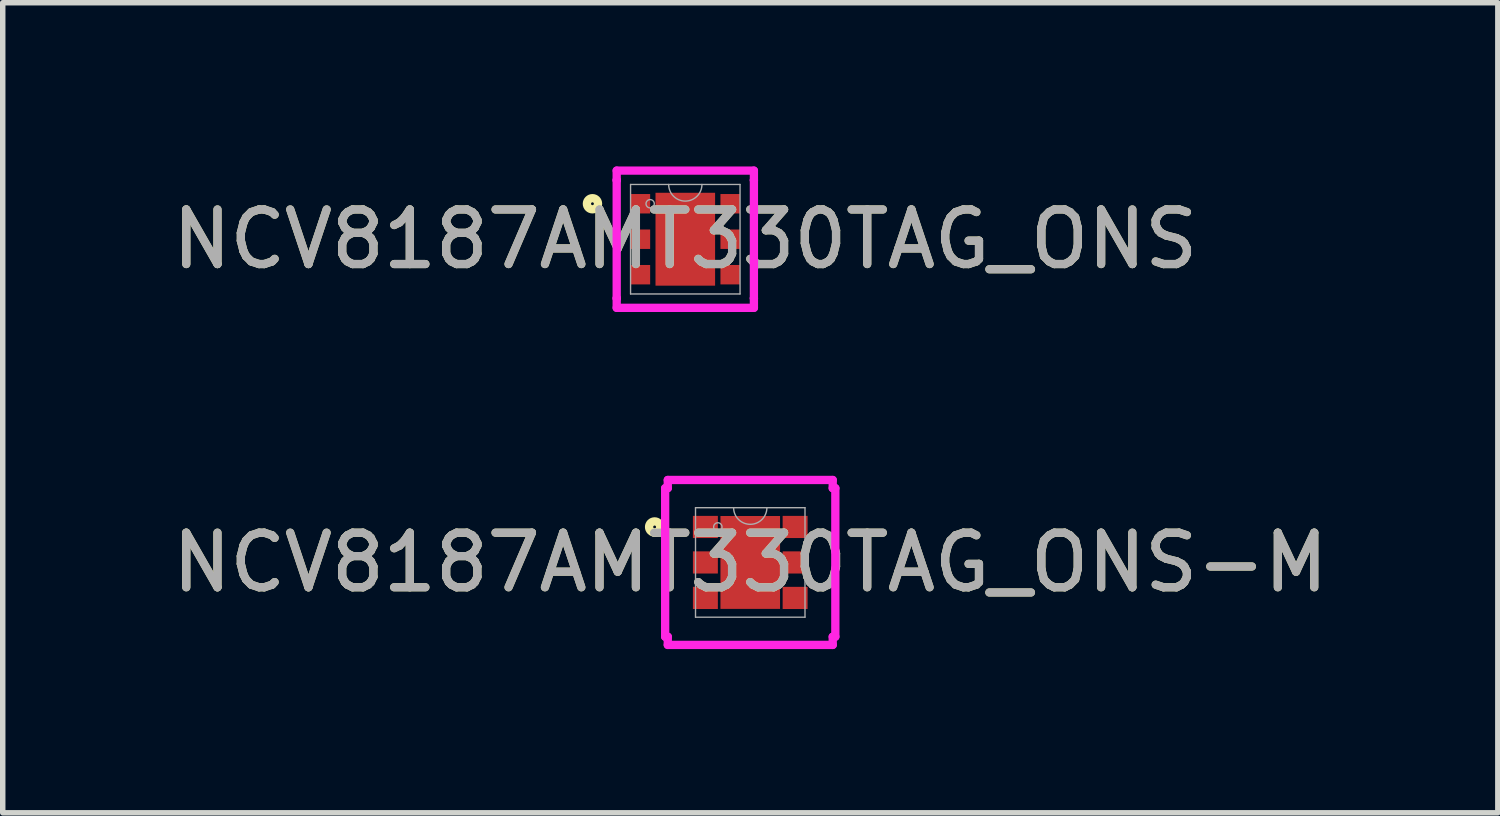
<source format=kicad_pcb>
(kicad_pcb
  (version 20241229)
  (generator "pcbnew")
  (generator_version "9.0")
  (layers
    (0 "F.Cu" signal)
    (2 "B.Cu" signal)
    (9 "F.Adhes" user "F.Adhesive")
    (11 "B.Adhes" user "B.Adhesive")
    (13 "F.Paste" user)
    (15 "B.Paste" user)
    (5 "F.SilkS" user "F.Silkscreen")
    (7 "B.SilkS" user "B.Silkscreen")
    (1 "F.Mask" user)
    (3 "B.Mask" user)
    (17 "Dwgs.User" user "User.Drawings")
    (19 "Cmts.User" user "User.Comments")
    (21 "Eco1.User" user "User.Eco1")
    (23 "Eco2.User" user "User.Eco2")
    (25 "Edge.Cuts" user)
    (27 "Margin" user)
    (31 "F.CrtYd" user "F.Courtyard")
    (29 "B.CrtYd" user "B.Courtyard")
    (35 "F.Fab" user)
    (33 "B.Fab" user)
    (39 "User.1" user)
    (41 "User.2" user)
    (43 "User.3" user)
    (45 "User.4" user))
  (footprint "NCV8187AMT330TAG_ONS"
    (layer "F.Cu")
    (at 9.506 1.333)
    (property "Reference" "NCV8187AMT330TAG_ONS" (at 0 0 0) (unlocked yes) (layer "F.SilkS") (effects (font (size 1 1) (thickness 0.15))))
    (attr smd)
    (fp_circle (center -1.701 -0.65) (end -1.599 -0.65) (stroke (width 0.152) (type solid)) (fill no) (layer "F.SilkS"))
    (fp_line (start -1.257 -1.257) (end 1.257 -1.257) (stroke (width 0.152) (type solid)) (layer "F.CrtYd"))
    (fp_line (start -1.257 -1.082) (end -1.257 -1.257) (stroke (width 0.152) (type solid)) (layer "F.CrtYd"))
    (fp_line (start -1.257 -1.082) (end -1.257 -1.082) (stroke (width 0.152) (type solid)) (layer "F.CrtYd"))
    (fp_line (start -1.257 1.082) (end -1.257 -1.082) (stroke (width 0.152) (type solid)) (layer "F.CrtYd"))
    (fp_line (start -1.257 1.082) (end -1.257 1.082) (stroke (width 0.152) (type solid)) (layer "F.CrtYd"))
    (fp_line (start -1.257 1.257) (end -1.257 1.082) (stroke (width 0.152) (type solid)) (layer "F.CrtYd"))
    (fp_line (start 1.257 -1.257) (end 1.257 -1.082) (stroke (width 0.152) (type solid)) (layer "F.CrtYd"))
    (fp_line (start 1.257 -1.082) (end 1.257 -1.082) (stroke (width 0.152) (type solid)) (layer "F.CrtYd"))
    (fp_line (start 1.257 -1.082) (end 1.257 1.082) (stroke (width 0.152) (type solid)) (layer "F.CrtYd"))
    (fp_line (start 1.257 1.082) (end 1.257 1.082) (stroke (width 0.152) (type solid)) (layer "F.CrtYd"))
    (fp_line (start 1.257 1.082) (end 1.257 1.257) (stroke (width 0.152) (type solid)) (layer "F.CrtYd"))
    (fp_line (start 1.257 1.257) (end -1.257 1.257) (stroke (width 0.152) (type solid)) (layer "F.CrtYd"))
    (fp_line (start -1.003 -1.003) (end -1.003 1.003) (stroke (width 0.025) (type solid)) (layer "F.Fab"))
    (fp_line (start -1.003 1.003) (end 1.003 1.003) (stroke (width 0.025) (type solid)) (layer "F.Fab"))
    (fp_line (start 1.003 -1.003) (end -1.003 -1.003) (stroke (width 0.025) (type solid)) (layer "F.Fab"))
    (fp_line (start 1.003 1.003) (end 1.003 -1.003) (stroke (width 0.025) (type solid)) (layer "F.Fab"))
    (fp_arc (start 0.3048 -1.0033) (mid 0 -0.6985) (end -0.3048 -1.0033) (stroke (width 0.0254) (type solid)) (layer "F.Fab"))
    (fp_circle (center -0.644 -0.65) (end -0.568 -0.65) (stroke (width 0.025) (type solid)) (fill no) (layer "F.Fab"))
    (fp_text user "${REFERENCE}" (at 0 0 0) (unlocked yes) (layer "F.Fab") (effects (font (size 1 1) (thickness 0.15))))
    (pad "1" smd rect (at -0.822 -0.65) (size 0.356 0.356) (layers "F.Cu" "F.Mask" "F.Paste"))
    (pad "2" smd rect (at -0.822 0) (size 0.356 0.356) (layers "F.Cu" "F.Mask" "F.Paste"))
    (pad "3" smd rect (at -0.822 0.65) (size 0.356 0.356) (layers "F.Cu" "F.Mask" "F.Paste"))
    (pad "4" smd rect (at 0.822 0.65) (size 0.356 0.356) (layers "F.Cu" "F.Mask" "F.Paste"))
    (pad "5" smd rect (at 0.822 0) (size 0.356 0.356) (layers "F.Cu" "F.Mask" "F.Paste"))
    (pad "6" smd rect (at 0.822 -0.65) (size 0.356 0.356) (layers "F.Cu" "F.Mask" "F.Paste"))
    (pad "7" smd rect (at 0 0) (size 1.092 1.702) (layers "F.Cu" "F.Mask" "F.Paste")))
  (footprint "NCV8187AMT330TAG_ONS-M"
    (layer "F.Cu")
    (at 10.696 7.255)
    (property "Reference" "NCV8187AMT330TAG_ONS-M" (at 0 0 0) (unlocked yes) (layer "F.SilkS") (effects (font (size 1 1) (thickness 0.15))))
    (attr smd)
    (fp_circle (center -1.752 -0.65) (end -1.65 -0.65) (stroke (width 0.152) (type solid)) (fill no) (layer "F.SilkS"))
    (fp_line (start -1.559 -1.361) (end -1.511 -1.361) (stroke (width 0.152) (type solid)) (layer "F.CrtYd"))
    (fp_line (start -1.559 1.361) (end -1.559 -1.361) (stroke (width 0.152) (type solid)) (layer "F.CrtYd"))
    (fp_line (start -1.559 1.361) (end -1.511 1.361) (stroke (width 0.152) (type solid)) (layer "F.CrtYd"))
    (fp_line (start -1.511 -1.511) (end 1.511 -1.511) (stroke (width 0.152) (type solid)) (layer "F.CrtYd"))
    (fp_line (start -1.511 -1.361) (end -1.511 -1.511) (stroke (width 0.152) (type solid)) (layer "F.CrtYd"))
    (fp_line (start -1.511 1.511) (end -1.511 1.361) (stroke (width 0.152) (type solid)) (layer "F.CrtYd"))
    (fp_line (start 1.511 -1.511) (end 1.511 -1.361) (stroke (width 0.152) (type solid)) (layer "F.CrtYd"))
    (fp_line (start 1.511 1.361) (end 1.511 1.511) (stroke (width 0.152) (type solid)) (layer "F.CrtYd"))
    (fp_line (start 1.511 1.511) (end -1.511 1.511) (stroke (width 0.152) (type solid)) (layer "F.CrtYd"))
    (fp_line (start 1.559 -1.361) (end 1.511 -1.361) (stroke (width 0.152) (type solid)) (layer "F.CrtYd"))
    (fp_line (start 1.559 -1.361) (end 1.559 1.361) (stroke (width 0.152) (type solid)) (layer "F.CrtYd"))
    (fp_line (start 1.559 1.361) (end 1.511 1.361) (stroke (width 0.152) (type solid)) (layer "F.CrtYd"))
    (fp_line (start -1.003 -1.003) (end -1.003 1.003) (stroke (width 0.025) (type solid)) (layer "F.Fab"))
    (fp_line (start -1.003 1.003) (end 1.003 1.003) (stroke (width 0.025) (type solid)) (layer "F.Fab"))
    (fp_line (start 1.003 -1.003) (end -1.003 -1.003) (stroke (width 0.025) (type solid)) (layer "F.Fab"))
    (fp_line (start 1.003 1.003) (end 1.003 -1.003) (stroke (width 0.025) (type solid)) (layer "F.Fab"))
    (fp_arc (start 0.3048 -1.0033) (mid 0 -0.6985) (end -0.3048 -1.0033) (stroke (width 0.0254) (type solid)) (layer "F.Fab"))
    (fp_circle (center -0.594 -0.65) (end -0.517 -0.65) (stroke (width 0.025) (type solid)) (fill no) (layer "F.Fab"))
    (fp_text user "${REFERENCE}" (at 0 0 0) (unlocked yes) (layer "F.Fab") (effects (font (size 1 1) (thickness 0.15))))
    (pad "1" smd rect (at -0.822 -0.65) (size 0.457 0.406) (layers "F.Cu" "F.Mask" "F.Paste"))
    (pad "2" smd rect (at -0.822 0) (size 0.457 0.406) (layers "F.Cu" "F.Mask" "F.Paste"))
    (pad "3" smd rect (at -0.822 0.65) (size 0.457 0.406) (layers "F.Cu" "F.Mask" "F.Paste"))
    (pad "4" smd rect (at 0.822 0.65) (size 0.457 0.406) (layers "F.Cu" "F.Mask" "F.Paste"))
    (pad "5" smd rect (at 0.822 0) (size 0.457 0.406) (layers "F.Cu" "F.Mask" "F.Paste"))
    (pad "6" smd rect (at 0.822 -0.65) (size 0.457 0.406) (layers "F.Cu" "F.Mask" "F.Paste"))
    (pad "7" smd rect (at 0 0) (size 1.092 1.702) (layers "F.Cu" "F.Mask" "F.Paste")))
  (gr_rect
    (start -3 -3)
    (end 24.393 11.842)
    (stroke (width 0.1) (type default))
    (fill no)
    (layer "Edge.Cuts")))
</source>
